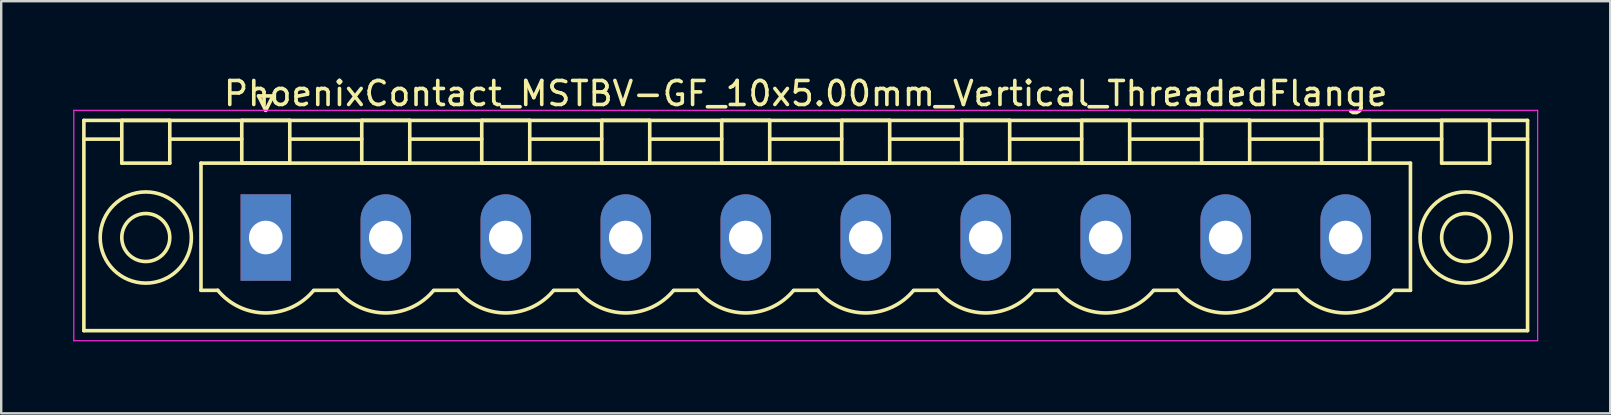
<source format=kicad_pcb>
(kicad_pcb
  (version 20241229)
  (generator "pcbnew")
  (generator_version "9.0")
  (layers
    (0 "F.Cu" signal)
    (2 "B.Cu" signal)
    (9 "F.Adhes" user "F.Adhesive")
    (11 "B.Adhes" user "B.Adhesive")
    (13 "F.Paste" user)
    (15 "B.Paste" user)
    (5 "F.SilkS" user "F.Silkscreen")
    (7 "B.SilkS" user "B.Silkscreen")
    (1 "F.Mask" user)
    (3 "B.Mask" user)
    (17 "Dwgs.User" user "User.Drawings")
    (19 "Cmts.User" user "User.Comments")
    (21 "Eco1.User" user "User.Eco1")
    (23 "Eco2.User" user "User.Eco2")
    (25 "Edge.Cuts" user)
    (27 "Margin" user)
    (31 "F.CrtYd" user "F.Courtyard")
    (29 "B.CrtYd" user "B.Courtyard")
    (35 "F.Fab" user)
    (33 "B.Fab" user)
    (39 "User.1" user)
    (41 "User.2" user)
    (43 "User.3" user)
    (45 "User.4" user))
  (footprint "PhoenixContact_MSTBV-GF_10x5.00mm_Vertical_ThreadedFlange"
    (layer "F.Cu")
    (at 8.025 6.848)
    (property "Reference" "PhoenixContact_MSTBV-GF_10x5.00mm_Vertical_ThreadedFlange" (at 22.5 -6 0) (layer "F.SilkS") (effects (font (size 1 1) (thickness 0.15))))
    (attr through_hole)
    (fp_line (start -7.58 -4.88) (end -7.58 3.88) (stroke (width 0.15) (type solid)) (layer "F.SilkS"))
    (fp_line (start -7.58 -4.1) (end -6.08 -4.1) (stroke (width 0.15) (type solid)) (layer "F.SilkS"))
    (fp_line (start -7.58 3.88) (end 52.58 3.88) (stroke (width 0.15) (type solid)) (layer "F.SilkS"))
    (fp_line (start -6 -4.88) (end -4 -4.88) (stroke (width 0.15) (type solid)) (layer "F.SilkS"))
    (fp_line (start -6 -3.1) (end -6 -4.88) (stroke (width 0.15) (type solid)) (layer "F.SilkS"))
    (fp_line (start -4 -4.88) (end -4 -3.1) (stroke (width 0.15) (type solid)) (layer "F.SilkS"))
    (fp_line (start -4 -4.1) (end -1 -4.1) (stroke (width 0.15) (type solid)) (layer "F.SilkS"))
    (fp_line (start -4 -3.1) (end -6 -3.1) (stroke (width 0.15) (type solid)) (layer "F.SilkS"))
    (fp_line (start -2.7 -3.1) (end 47.7 -3.1) (stroke (width 0.15) (type solid)) (layer "F.SilkS"))
    (fp_line (start -2.7 2.2) (end -2.7 -3.1) (stroke (width 0.15) (type solid)) (layer "F.SilkS"))
    (fp_line (start -2 2.2) (end -2.7 2.2) (stroke (width 0.15) (type solid)) (layer "F.SilkS"))
    (fp_line (start -1 -4.88) (end 1 -4.88) (stroke (width 0.15) (type solid)) (layer "F.SilkS"))
    (fp_line (start -1 -3.1) (end -1 -4.88) (stroke (width 0.15) (type solid)) (layer "F.SilkS"))
    (fp_line (start -0.3 -5.9) (end 0 -5.3) (stroke (width 0.15) (type solid)) (layer "F.SilkS"))
    (fp_line (start 0 -5.3) (end 0.3 -5.9) (stroke (width 0.15) (type solid)) (layer "F.SilkS"))
    (fp_line (start 0.3 -5.9) (end -0.3 -5.9) (stroke (width 0.15) (type solid)) (layer "F.SilkS"))
    (fp_line (start 1 -4.88) (end 1 -3.1) (stroke (width 0.15) (type solid)) (layer "F.SilkS"))
    (fp_line (start 1 -4.1) (end 4 -4.1) (stroke (width 0.15) (type solid)) (layer "F.SilkS"))
    (fp_line (start 1 -3.1) (end -1 -3.1) (stroke (width 0.15) (type solid)) (layer "F.SilkS"))
    (fp_line (start 2 2.2) (end 3 2.2) (stroke (width 0.15) (type solid)) (layer "F.SilkS"))
    (fp_line (start 4 -4.88) (end 6 -4.88) (stroke (width 0.15) (type solid)) (layer "F.SilkS"))
    (fp_line (start 4 -3.1) (end 4 -4.88) (stroke (width 0.15) (type solid)) (layer "F.SilkS"))
    (fp_line (start 6 -4.88) (end 6 -3.1) (stroke (width 0.15) (type solid)) (layer "F.SilkS"))
    (fp_line (start 6 -4.1) (end 9 -4.1) (stroke (width 0.15) (type solid)) (layer "F.SilkS"))
    (fp_line (start 6 -3.1) (end 4 -3.1) (stroke (width 0.15) (type solid)) (layer "F.SilkS"))
    (fp_line (start 7 2.2) (end 8 2.2) (stroke (width 0.15) (type solid)) (layer "F.SilkS"))
    (fp_line (start 9 -4.88) (end 11 -4.88) (stroke (width 0.15) (type solid)) (layer "F.SilkS"))
    (fp_line (start 9 -3.1) (end 9 -4.88) (stroke (width 0.15) (type solid)) (layer "F.SilkS"))
    (fp_line (start 11 -4.88) (end 11 -3.1) (stroke (width 0.15) (type solid)) (layer "F.SilkS"))
    (fp_line (start 11 -4.1) (end 14 -4.1) (stroke (width 0.15) (type solid)) (layer "F.SilkS"))
    (fp_line (start 11 -3.1) (end 9 -3.1) (stroke (width 0.15) (type solid)) (layer "F.SilkS"))
    (fp_line (start 12 2.2) (end 13 2.2) (stroke (width 0.15) (type solid)) (layer "F.SilkS"))
    (fp_line (start 14 -4.88) (end 16 -4.88) (stroke (width 0.15) (type solid)) (layer "F.SilkS"))
    (fp_line (start 14 -3.1) (end 14 -4.88) (stroke (width 0.15) (type solid)) (layer "F.SilkS"))
    (fp_line (start 16 -4.88) (end 16 -3.1) (stroke (width 0.15) (type solid)) (layer "F.SilkS"))
    (fp_line (start 16 -4.1) (end 19 -4.1) (stroke (width 0.15) (type solid)) (layer "F.SilkS"))
    (fp_line (start 16 -3.1) (end 14 -3.1) (stroke (width 0.15) (type solid)) (layer "F.SilkS"))
    (fp_line (start 17 2.2) (end 18 2.2) (stroke (width 0.15) (type solid)) (layer "F.SilkS"))
    (fp_line (start 19 -4.88) (end 21 -4.88) (stroke (width 0.15) (type solid)) (layer "F.SilkS"))
    (fp_line (start 19 -3.1) (end 19 -4.88) (stroke (width 0.15) (type solid)) (layer "F.SilkS"))
    (fp_line (start 21 -4.88) (end 21 -3.1) (stroke (width 0.15) (type solid)) (layer "F.SilkS"))
    (fp_line (start 21 -4.1) (end 24 -4.1) (stroke (width 0.15) (type solid)) (layer "F.SilkS"))
    (fp_line (start 21 -3.1) (end 19 -3.1) (stroke (width 0.15) (type solid)) (layer "F.SilkS"))
    (fp_line (start 22 2.2) (end 23 2.2) (stroke (width 0.15) (type solid)) (layer "F.SilkS"))
    (fp_line (start 24 -4.88) (end 26 -4.88) (stroke (width 0.15) (type solid)) (layer "F.SilkS"))
    (fp_line (start 24 -3.1) (end 24 -4.88) (stroke (width 0.15) (type solid)) (layer "F.SilkS"))
    (fp_line (start 26 -4.88) (end 26 -3.1) (stroke (width 0.15) (type solid)) (layer "F.SilkS"))
    (fp_line (start 26 -4.1) (end 29 -4.1) (stroke (width 0.15) (type solid)) (layer "F.SilkS"))
    (fp_line (start 26 -3.1) (end 24 -3.1) (stroke (width 0.15) (type solid)) (layer "F.SilkS"))
    (fp_line (start 27 2.2) (end 28 2.2) (stroke (width 0.15) (type solid)) (layer "F.SilkS"))
    (fp_line (start 29 -4.88) (end 31 -4.88) (stroke (width 0.15) (type solid)) (layer "F.SilkS"))
    (fp_line (start 29 -3.1) (end 29 -4.88) (stroke (width 0.15) (type solid)) (layer "F.SilkS"))
    (fp_line (start 31 -4.88) (end 31 -3.1) (stroke (width 0.15) (type solid)) (layer "F.SilkS"))
    (fp_line (start 31 -4.1) (end 34 -4.1) (stroke (width 0.15) (type solid)) (layer "F.SilkS"))
    (fp_line (start 31 -3.1) (end 29 -3.1) (stroke (width 0.15) (type solid)) (layer "F.SilkS"))
    (fp_line (start 32 2.2) (end 33 2.2) (stroke (width 0.15) (type solid)) (layer "F.SilkS"))
    (fp_line (start 34 -4.88) (end 36 -4.88) (stroke (width 0.15) (type solid)) (layer "F.SilkS"))
    (fp_line (start 34 -3.1) (end 34 -4.88) (stroke (width 0.15) (type solid)) (layer "F.SilkS"))
    (fp_line (start 36 -4.88) (end 36 -3.1) (stroke (width 0.15) (type solid)) (layer "F.SilkS"))
    (fp_line (start 36 -4.1) (end 39 -4.1) (stroke (width 0.15) (type solid)) (layer "F.SilkS"))
    (fp_line (start 36 -3.1) (end 34 -3.1) (stroke (width 0.15) (type solid)) (layer "F.SilkS"))
    (fp_line (start 37 2.2) (end 38 2.2) (stroke (width 0.15) (type solid)) (layer "F.SilkS"))
    (fp_line (start 39 -4.88) (end 41 -4.88) (stroke (width 0.15) (type solid)) (layer "F.SilkS"))
    (fp_line (start 39 -3.1) (end 39 -4.88) (stroke (width 0.15) (type solid)) (layer "F.SilkS"))
    (fp_line (start 41 -4.88) (end 41 -3.1) (stroke (width 0.15) (type solid)) (layer "F.SilkS"))
    (fp_line (start 41 -4.1) (end 44 -4.1) (stroke (width 0.15) (type solid)) (layer "F.SilkS"))
    (fp_line (start 41 -3.1) (end 39 -3.1) (stroke (width 0.15) (type solid)) (layer "F.SilkS"))
    (fp_line (start 42 2.2) (end 43 2.2) (stroke (width 0.15) (type solid)) (layer "F.SilkS"))
    (fp_line (start 44 -4.88) (end 46 -4.88) (stroke (width 0.15) (type solid)) (layer "F.SilkS"))
    (fp_line (start 44 -3.1) (end 44 -4.88) (stroke (width 0.15) (type solid)) (layer "F.SilkS"))
    (fp_line (start 46 -4.88) (end 46 -3.1) (stroke (width 0.15) (type solid)) (layer "F.SilkS"))
    (fp_line (start 46 -4.1) (end 49 -4.1) (stroke (width 0.15) (type solid)) (layer "F.SilkS"))
    (fp_line (start 46 -3.1) (end 44 -3.1) (stroke (width 0.15) (type solid)) (layer "F.SilkS"))
    (fp_line (start 47.7 -3.1) (end 47.7 2.2) (stroke (width 0.15) (type solid)) (layer "F.SilkS"))
    (fp_line (start 47.7 2.2) (end 47 2.2) (stroke (width 0.15) (type solid)) (layer "F.SilkS"))
    (fp_line (start 49 -4.88) (end 51 -4.88) (stroke (width 0.15) (type solid)) (layer "F.SilkS"))
    (fp_line (start 49 -3.1) (end 49 -4.88) (stroke (width 0.15) (type solid)) (layer "F.SilkS"))
    (fp_line (start 51 -4.88) (end 51 -3.1) (stroke (width 0.15) (type solid)) (layer "F.SilkS"))
    (fp_line (start 51 -3.1) (end 49 -3.1) (stroke (width 0.15) (type solid)) (layer "F.SilkS"))
    (fp_line (start 52.58 -4.88) (end -7.58 -4.88) (stroke (width 0.15) (type solid)) (layer "F.SilkS"))
    (fp_line (start 52.58 -4.1) (end 51.08 -4.1) (stroke (width 0.15) (type solid)) (layer "F.SilkS"))
    (fp_line (start 52.58 3.88) (end 52.58 -4.88) (stroke (width 0.15) (type solid)) (layer "F.SilkS"))
    (fp_arc (start 1.986842 2.215821) (mid -0.010289 3.142758) (end -2 2.2) (stroke (width 0.15) (type solid)) (layer "F.SilkS"))
    (fp_arc (start 6.986842 2.215821) (mid 4.989711 3.142758) (end 3 2.2) (stroke (width 0.15) (type solid)) (layer "F.SilkS"))
    (fp_arc (start 11.986842 2.215821) (mid 9.989711 3.142758) (end 8 2.2) (stroke (width 0.15) (type solid)) (layer "F.SilkS"))
    (fp_arc (start 16.986842 2.215821) (mid 14.989711 3.142758) (end 13 2.2) (stroke (width 0.15) (type solid)) (layer "F.SilkS"))
    (fp_arc (start 21.986842 2.215821) (mid 19.989711 3.142758) (end 18 2.2) (stroke (width 0.15) (type solid)) (layer "F.SilkS"))
    (fp_arc (start 26.986842 2.215821) (mid 24.989711 3.142758) (end 23 2.2) (stroke (width 0.15) (type solid)) (layer "F.SilkS"))
    (fp_arc (start 31.986842 2.215821) (mid 29.989711 3.142758) (end 28 2.2) (stroke (width 0.15) (type solid)) (layer "F.SilkS"))
    (fp_arc (start 36.986842 2.215821) (mid 34.989711 3.142758) (end 33 2.2) (stroke (width 0.15) (type solid)) (layer "F.SilkS"))
    (fp_arc (start 41.986842 2.215821) (mid 39.989711 3.142758) (end 38 2.2) (stroke (width 0.15) (type solid)) (layer "F.SilkS"))
    (fp_arc (start 46.986842 2.215821) (mid 44.989711 3.142758) (end 43 2.2) (stroke (width 0.15) (type solid)) (layer "F.SilkS"))
    (fp_circle (center -5 0) (end -4 0) (stroke (width 0.15) (type solid)) (fill no) (layer "F.SilkS"))
    (fp_circle (center -5 0) (end -3.1 0) (stroke (width 0.15) (type solid)) (fill no) (layer "F.SilkS"))
    (fp_circle (center 50 0) (end 51 0) (stroke (width 0.15) (type solid)) (fill no) (layer "F.SilkS"))
    (fp_circle (center 50 0) (end 51.9 0) (stroke (width 0.15) (type solid)) (fill no) (layer "F.SilkS"))
    (fp_line (start -8 -5.3) (end -8 4.3) (stroke (width 0.05) (type solid)) (layer "F.CrtYd"))
    (fp_line (start -8 4.3) (end 53 4.3) (stroke (width 0.05) (type solid)) (layer "F.CrtYd"))
    (fp_line (start 53 -5.3) (end -8 -5.3) (stroke (width 0.05) (type solid)) (layer "F.CrtYd"))
    (fp_line (start 53 4.3) (end 53 -5.3) (stroke (width 0.05) (type solid)) (layer "F.CrtYd"))
    (pad "1" thru_hole rect (at 0 0) (size 2.1 3.6) (drill 1.4) (layers "*.Cu" "*.Mask"))
    (pad "2" thru_hole oval (at 5 0) (size 2.1 3.6) (drill 1.4) (layers "*.Cu" "*.Mask"))
    (pad "3" thru_hole oval (at 10 0) (size 2.1 3.6) (drill 1.4) (layers "*.Cu" "*.Mask"))
    (pad "4" thru_hole oval (at 15 0) (size 2.1 3.6) (drill 1.4) (layers "*.Cu" "*.Mask"))
    (pad "5" thru_hole oval (at 20 0) (size 2.1 3.6) (drill 1.4) (layers "*.Cu" "*.Mask"))
    (pad "6" thru_hole oval (at 25 0) (size 2.1 3.6) (drill 1.4) (layers "*.Cu" "*.Mask"))
    (pad "7" thru_hole oval (at 30 0) (size 2.1 3.6) (drill 1.4) (layers "*.Cu" "*.Mask"))
    (pad "8" thru_hole oval (at 35 0) (size 2.1 3.6) (drill 1.4) (layers "*.Cu" "*.Mask"))
    (pad "9" thru_hole oval (at 40 0) (size 2.1 3.6) (drill 1.4) (layers "*.Cu" "*.Mask"))
    (pad "10" thru_hole oval (at 45 0) (size 2.1 3.6) (drill 1.4) (layers "*.Cu" "*.Mask")))
  (gr_rect
    (start -3 -3)
    (end 64.05 14.173)
    (stroke (width 0.1) (type default))
    (fill no)
    (layer "Edge.Cuts")))
</source>
